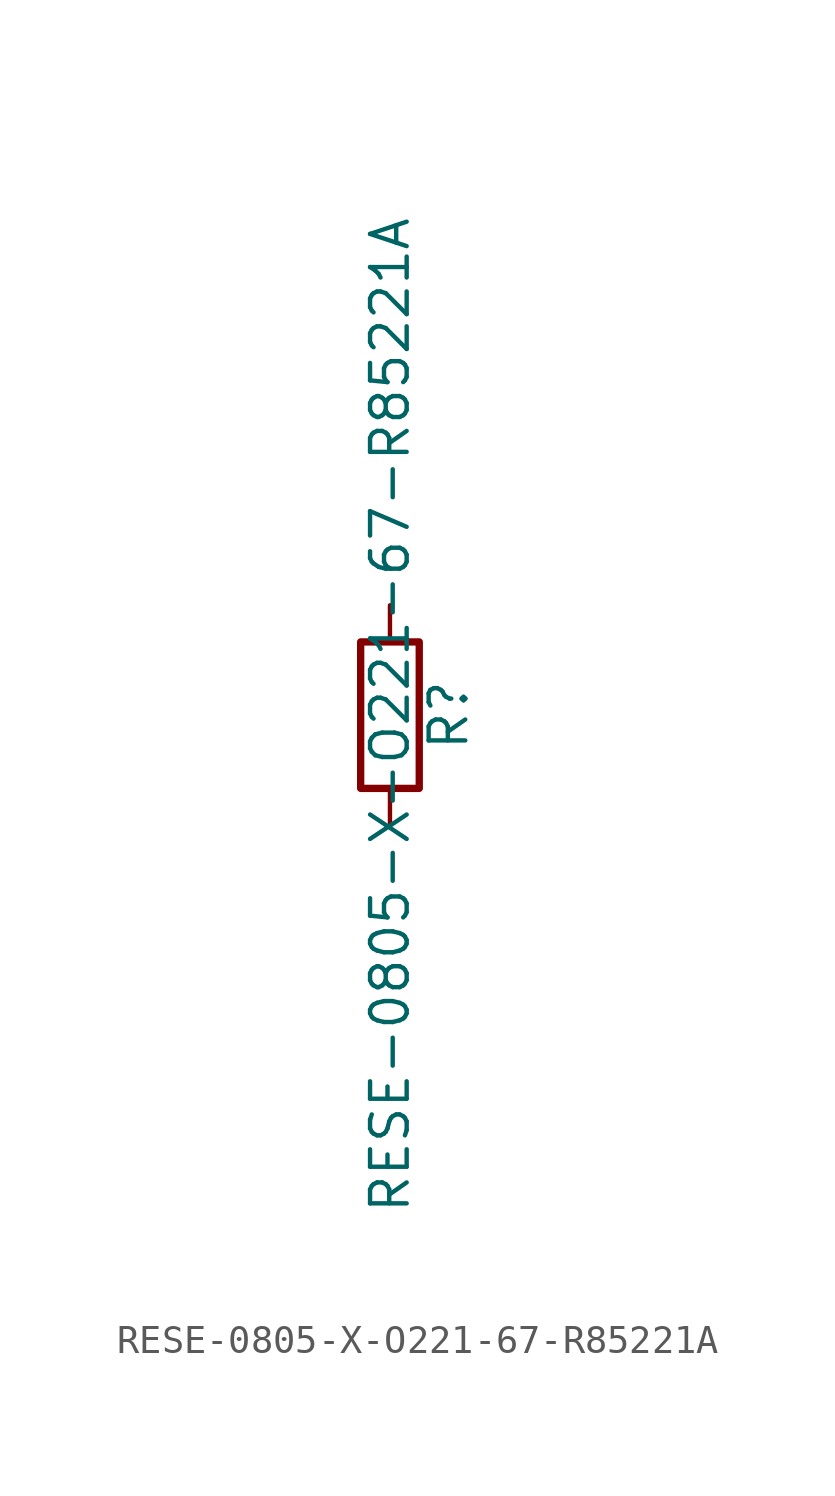
<source format=kicad_sym>
(kicad_symbol_lib
  (version 20211014)
  (generator kicad_symbol_editor)
  (symbol "RESE-0805-X-O221-67-R85221A"
    (pin_numbers hide)
    (pin_names
      (offset 0))
    (property "Reference" "R"
      (at 2.032 0 90)
      (effects (font (size 1.27 1.27))))
    (property "Value" "RESE-0805-X-O221-67-R85221A"
      (at 0 0 90)
      (effects (font (size 1.27 1.27))))
    (symbol "RESE-0805-X-O221-67-R85221A_0_1"
      (rectangle (start -1.016 -2.54) (end 1.016 2.54) (stroke (width 0.254) (type default) (color 0 0 0 0)) (fill (type none))))
    (symbol "RESE-0805-X-O221-67-R85221A_1_1"
      (pin passive line (at 0 3.81 270) (length 1.27) (name "~" (effects (font (size 1.27 1.27)))) (number "1" (effects (font (size 1.27 1.27)))))
      (pin passive line (at 0 -3.81 90) (length 1.27) (name "~" (effects (font (size 1.27 1.27)))) (number "2" (effects (font (size 1.27 1.27))))))))
</source>
